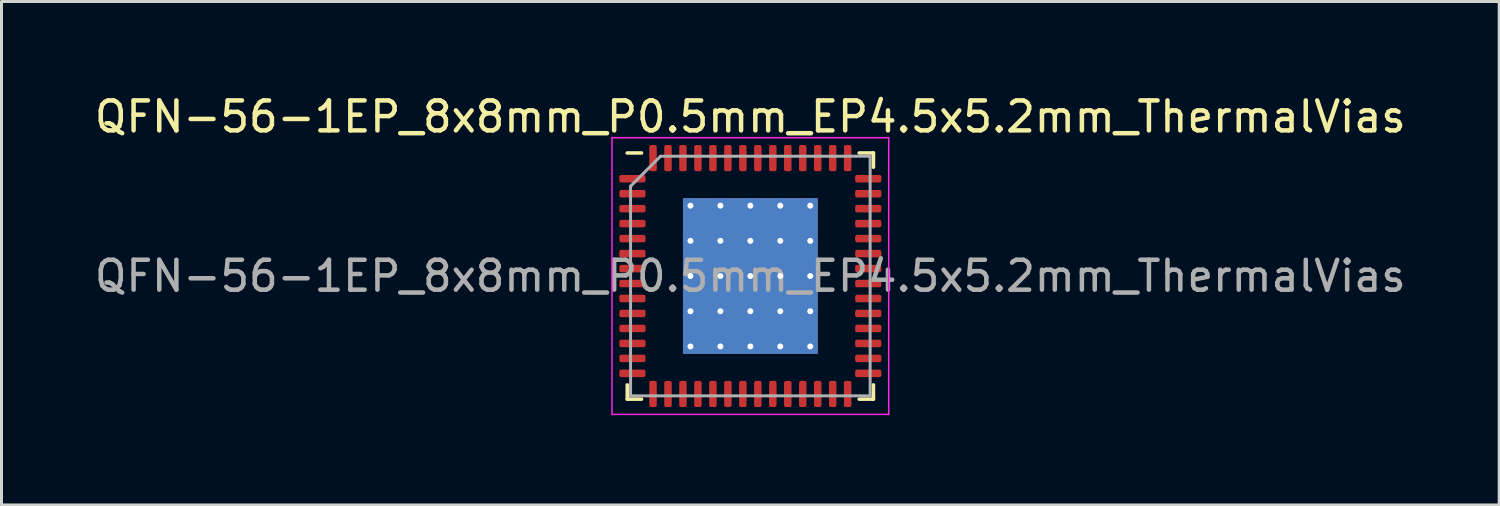
<source format=kicad_pcb>
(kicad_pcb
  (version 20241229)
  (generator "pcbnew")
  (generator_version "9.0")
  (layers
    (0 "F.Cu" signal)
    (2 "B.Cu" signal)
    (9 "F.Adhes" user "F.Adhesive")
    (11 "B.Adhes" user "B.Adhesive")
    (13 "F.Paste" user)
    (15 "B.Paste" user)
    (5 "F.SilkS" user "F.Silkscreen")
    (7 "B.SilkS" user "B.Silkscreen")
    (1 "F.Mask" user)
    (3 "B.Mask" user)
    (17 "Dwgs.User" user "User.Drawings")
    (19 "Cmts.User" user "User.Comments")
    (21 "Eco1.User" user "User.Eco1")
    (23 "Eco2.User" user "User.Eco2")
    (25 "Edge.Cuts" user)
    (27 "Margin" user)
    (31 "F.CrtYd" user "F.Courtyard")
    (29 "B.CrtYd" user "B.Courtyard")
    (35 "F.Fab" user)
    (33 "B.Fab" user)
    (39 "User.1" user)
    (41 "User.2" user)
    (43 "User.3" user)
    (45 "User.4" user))
  (footprint "QFN-56-1EP_8x8mm_P0.5mm_EP4.5x5.2mm_ThermalVias"
    (layer "F.Cu")
    (at 22.006 6.168)
    (property "Reference" "QFN-56-1EP_8x8mm_P0.5mm_EP4.5x5.2mm_ThermalVias" (at 0 -5.32 0) (layer "F.SilkS") (effects (font (size 1 1) (thickness 0.15))))
    (attr smd)
    (fp_line (start -4.11 4.11) (end -4.11 3.635) (stroke (width 0.12) (type solid)) (layer "F.SilkS"))
    (fp_line (start -3.635 -4.11) (end -4.11 -4.11) (stroke (width 0.12) (type solid)) (layer "F.SilkS"))
    (fp_line (start -3.635 4.11) (end -4.11 4.11) (stroke (width 0.12) (type solid)) (layer "F.SilkS"))
    (fp_line (start 3.635 -4.11) (end 4.11 -4.11) (stroke (width 0.12) (type solid)) (layer "F.SilkS"))
    (fp_line (start 3.635 4.11) (end 4.11 4.11) (stroke (width 0.12) (type solid)) (layer "F.SilkS"))
    (fp_line (start 4.11 -4.11) (end 4.11 -3.635) (stroke (width 0.12) (type solid)) (layer "F.SilkS"))
    (fp_line (start 4.11 4.11) (end 4.11 3.635) (stroke (width 0.12) (type solid)) (layer "F.SilkS"))
    (fp_line (start -4.62 -4.62) (end -4.62 4.62) (stroke (width 0.05) (type solid)) (layer "F.CrtYd"))
    (fp_line (start -4.62 4.62) (end 4.62 4.62) (stroke (width 0.05) (type solid)) (layer "F.CrtYd"))
    (fp_line (start 4.62 -4.62) (end -4.62 -4.62) (stroke (width 0.05) (type solid)) (layer "F.CrtYd"))
    (fp_line (start 4.62 4.62) (end 4.62 -4.62) (stroke (width 0.05) (type solid)) (layer "F.CrtYd"))
    (fp_line (start -4 -3) (end -3 -4) (stroke (width 0.1) (type solid)) (layer "F.Fab"))
    (fp_line (start -4 4) (end -4 -3) (stroke (width 0.1) (type solid)) (layer "F.Fab"))
    (fp_line (start -3 -4) (end 4 -4) (stroke (width 0.1) (type solid)) (layer "F.Fab"))
    (fp_line (start 4 -4) (end 4 4) (stroke (width 0.1) (type solid)) (layer "F.Fab"))
    (fp_line (start 4 4) (end -4 4) (stroke (width 0.1) (type solid)) (layer "F.Fab"))
    (fp_text user "${REFERENCE}" (at 0 0 0) (layer "F.Fab") (effects (font (size 1 1) (thickness 0.15))))
    (pad "" smd custom (at -1.5 -1.762) (size 0.776 0.776) (layers "F.Paste") (options (anchor circle)) (primitives (gr_poly (pts (xy 0.341 -0.33) (xy 0.341 0.33) (xy 0.262 0.408) (xy -0.262 0.408) (xy -0.341 0.33) (xy -0.341 -0.33) (xy -0.262 -0.408) (xy 0.262 -0.408)) (width 0.19) (fill yes))))
    (pad "" smd custom (at -1.5 -0.588) (size 0.776 0.776) (layers "F.Paste") (options (anchor circle)) (primitives (gr_poly (pts (xy 0.341 -0.33) (xy 0.341 0.33) (xy 0.262 0.408) (xy -0.262 0.408) (xy -0.341 0.33) (xy -0.341 -0.33) (xy -0.262 -0.408) (xy 0.262 -0.408)) (width 0.19) (fill yes))))
    (pad "" smd custom (at -1.5 0.588) (size 0.776 0.776) (layers "F.Paste") (options (anchor circle)) (primitives (gr_poly (pts (xy 0.341 -0.33) (xy 0.341 0.33) (xy 0.262 0.408) (xy -0.262 0.408) (xy -0.341 0.33) (xy -0.341 -0.33) (xy -0.262 -0.408) (xy 0.262 -0.408)) (width 0.19) (fill yes))))
    (pad "" smd custom (at -1.5 1.762) (size 0.776 0.776) (layers "F.Paste") (options (anchor circle)) (primitives (gr_poly (pts (xy 0.341 -0.33) (xy 0.341 0.33) (xy 0.262 0.408) (xy -0.262 0.408) (xy -0.341 0.33) (xy -0.341 -0.33) (xy -0.262 -0.408) (xy 0.262 -0.408)) (width 0.19) (fill yes))))
    (pad "" smd custom (at -0.5 -1.762) (size 0.776 0.776) (layers "F.Paste") (options (anchor circle)) (primitives (gr_poly (pts (xy 0.341 -0.33) (xy 0.341 0.33) (xy 0.262 0.408) (xy -0.262 0.408) (xy -0.341 0.33) (xy -0.341 -0.33) (xy -0.262 -0.408) (xy 0.262 -0.408)) (width 0.19) (fill yes))))
    (pad "" smd custom (at -0.5 -0.588) (size 0.776 0.776) (layers "F.Paste") (options (anchor circle)) (primitives (gr_poly (pts (xy 0.341 -0.33) (xy 0.341 0.33) (xy 0.262 0.408) (xy -0.262 0.408) (xy -0.341 0.33) (xy -0.341 -0.33) (xy -0.262 -0.408) (xy 0.262 -0.408)) (width 0.19) (fill yes))))
    (pad "" smd custom (at -0.5 0.588) (size 0.776 0.776) (layers "F.Paste") (options (anchor circle)) (primitives (gr_poly (pts (xy 0.341 -0.33) (xy 0.341 0.33) (xy 0.262 0.408) (xy -0.262 0.408) (xy -0.341 0.33) (xy -0.341 -0.33) (xy -0.262 -0.408) (xy 0.262 -0.408)) (width 0.19) (fill yes))))
    (pad "" smd custom (at -0.5 1.762) (size 0.776 0.776) (layers "F.Paste") (options (anchor circle)) (primitives (gr_poly (pts (xy 0.341 -0.33) (xy 0.341 0.33) (xy 0.262 0.408) (xy -0.262 0.408) (xy -0.341 0.33) (xy -0.341 -0.33) (xy -0.262 -0.408) (xy 0.262 -0.408)) (width 0.19) (fill yes))))
    (pad "" smd custom (at 0.5 -1.762) (size 0.776 0.776) (layers "F.Paste") (options (anchor circle)) (primitives (gr_poly (pts (xy 0.341 -0.33) (xy 0.341 0.33) (xy 0.262 0.408) (xy -0.262 0.408) (xy -0.341 0.33) (xy -0.341 -0.33) (xy -0.262 -0.408) (xy 0.262 -0.408)) (width 0.19) (fill yes))))
    (pad "" smd custom (at 0.5 -0.588) (size 0.776 0.776) (layers "F.Paste") (options (anchor circle)) (primitives (gr_poly (pts (xy 0.341 -0.33) (xy 0.341 0.33) (xy 0.262 0.408) (xy -0.262 0.408) (xy -0.341 0.33) (xy -0.341 -0.33) (xy -0.262 -0.408) (xy 0.262 -0.408)) (width 0.19) (fill yes))))
    (pad "" smd custom (at 0.5 0.588) (size 0.776 0.776) (layers "F.Paste") (options (anchor circle)) (primitives (gr_poly (pts (xy 0.341 -0.33) (xy 0.341 0.33) (xy 0.262 0.408) (xy -0.262 0.408) (xy -0.341 0.33) (xy -0.341 -0.33) (xy -0.262 -0.408) (xy 0.262 -0.408)) (width 0.19) (fill yes))))
    (pad "" smd custom (at 0.5 1.762) (size 0.776 0.776) (layers "F.Paste") (options (anchor circle)) (primitives (gr_poly (pts (xy 0.341 -0.33) (xy 0.341 0.33) (xy 0.262 0.408) (xy -0.262 0.408) (xy -0.341 0.33) (xy -0.341 -0.33) (xy -0.262 -0.408) (xy 0.262 -0.408)) (width 0.19) (fill yes))))
    (pad "" smd custom (at 1.5 -1.762) (size 0.776 0.776) (layers "F.Paste") (options (anchor circle)) (primitives (gr_poly (pts (xy 0.341 -0.33) (xy 0.341 0.33) (xy 0.262 0.408) (xy -0.262 0.408) (xy -0.341 0.33) (xy -0.341 -0.33) (xy -0.262 -0.408) (xy 0.262 -0.408)) (width 0.19) (fill yes))))
    (pad "" smd custom (at 1.5 -0.588) (size 0.776 0.776) (layers "F.Paste") (options (anchor circle)) (primitives (gr_poly (pts (xy 0.341 -0.33) (xy 0.341 0.33) (xy 0.262 0.408) (xy -0.262 0.408) (xy -0.341 0.33) (xy -0.341 -0.33) (xy -0.262 -0.408) (xy 0.262 -0.408)) (width 0.19) (fill yes))))
    (pad "" smd custom (at 1.5 0.588) (size 0.776 0.776) (layers "F.Paste") (options (anchor circle)) (primitives (gr_poly (pts (xy 0.341 -0.33) (xy 0.341 0.33) (xy 0.262 0.408) (xy -0.262 0.408) (xy -0.341 0.33) (xy -0.341 -0.33) (xy -0.262 -0.408) (xy 0.262 -0.408)) (width 0.19) (fill yes))))
    (pad "" smd custom (at 1.5 1.762) (size 0.776 0.776) (layers "F.Paste") (options (anchor circle)) (primitives (gr_poly (pts (xy 0.341 -0.33) (xy 0.341 0.33) (xy 0.262 0.408) (xy -0.262 0.408) (xy -0.341 0.33) (xy -0.341 -0.33) (xy -0.262 -0.408) (xy 0.262 -0.408)) (width 0.19) (fill yes))))
    (pad "1" smd roundrect (at -3.938 -3.25) (size 0.875 0.25) (layers "F.Cu" "F.Mask" "F.Paste") (roundrect_rratio 0.25))
    (pad "2" smd roundrect (at -3.938 -2.75) (size 0.875 0.25) (layers "F.Cu" "F.Mask" "F.Paste") (roundrect_rratio 0.25))
    (pad "3" smd roundrect (at -3.938 -2.25) (size 0.875 0.25) (layers "F.Cu" "F.Mask" "F.Paste") (roundrect_rratio 0.25))
    (pad "4" smd roundrect (at -3.938 -1.75) (size 0.875 0.25) (layers "F.Cu" "F.Mask" "F.Paste") (roundrect_rratio 0.25))
    (pad "5" smd roundrect (at -3.938 -1.25) (size 0.875 0.25) (layers "F.Cu" "F.Mask" "F.Paste") (roundrect_rratio 0.25))
    (pad "6" smd roundrect (at -3.938 -0.75) (size 0.875 0.25) (layers "F.Cu" "F.Mask" "F.Paste") (roundrect_rratio 0.25))
    (pad "7" smd roundrect (at -3.938 -0.25) (size 0.875 0.25) (layers "F.Cu" "F.Mask" "F.Paste") (roundrect_rratio 0.25))
    (pad "8" smd roundrect (at -3.938 0.25) (size 0.875 0.25) (layers "F.Cu" "F.Mask" "F.Paste") (roundrect_rratio 0.25))
    (pad "9" smd roundrect (at -3.938 0.75) (size 0.875 0.25) (layers "F.Cu" "F.Mask" "F.Paste") (roundrect_rratio 0.25))
    (pad "10" smd roundrect (at -3.938 1.25) (size 0.875 0.25) (layers "F.Cu" "F.Mask" "F.Paste") (roundrect_rratio 0.25))
    (pad "11" smd roundrect (at -3.938 1.75) (size 0.875 0.25) (layers "F.Cu" "F.Mask" "F.Paste") (roundrect_rratio 0.25))
    (pad "12" smd roundrect (at -3.938 2.25) (size 0.875 0.25) (layers "F.Cu" "F.Mask" "F.Paste") (roundrect_rratio 0.25))
    (pad "13" smd roundrect (at -3.938 2.75) (size 0.875 0.25) (layers "F.Cu" "F.Mask" "F.Paste") (roundrect_rratio 0.25))
    (pad "14" smd roundrect (at -3.938 3.25) (size 0.875 0.25) (layers "F.Cu" "F.Mask" "F.Paste") (roundrect_rratio 0.25))
    (pad "15" smd roundrect (at -3.25 3.938) (size 0.25 0.875) (layers "F.Cu" "F.Mask" "F.Paste") (roundrect_rratio 0.25))
    (pad "16" smd roundrect (at -2.75 3.938) (size 0.25 0.875) (layers "F.Cu" "F.Mask" "F.Paste") (roundrect_rratio 0.25))
    (pad "17" smd roundrect (at -2.25 3.938) (size 0.25 0.875) (layers "F.Cu" "F.Mask" "F.Paste") (roundrect_rratio 0.25))
    (pad "18" smd roundrect (at -1.75 3.938) (size 0.25 0.875) (layers "F.Cu" "F.Mask" "F.Paste") (roundrect_rratio 0.25))
    (pad "19" smd roundrect (at -1.25 3.938) (size 0.25 0.875) (layers "F.Cu" "F.Mask" "F.Paste") (roundrect_rratio 0.25))
    (pad "20" smd roundrect (at -0.75 3.938) (size 0.25 0.875) (layers "F.Cu" "F.Mask" "F.Paste") (roundrect_rratio 0.25))
    (pad "21" smd roundrect (at -0.25 3.938) (size 0.25 0.875) (layers "F.Cu" "F.Mask" "F.Paste") (roundrect_rratio 0.25))
    (pad "22" smd roundrect (at 0.25 3.938) (size 0.25 0.875) (layers "F.Cu" "F.Mask" "F.Paste") (roundrect_rratio 0.25))
    (pad "23" smd roundrect (at 0.75 3.938) (size 0.25 0.875) (layers "F.Cu" "F.Mask" "F.Paste") (roundrect_rratio 0.25))
    (pad "24" smd roundrect (at 1.25 3.938) (size 0.25 0.875) (layers "F.Cu" "F.Mask" "F.Paste") (roundrect_rratio 0.25))
    (pad "25" smd roundrect (at 1.75 3.938) (size 0.25 0.875) (layers "F.Cu" "F.Mask" "F.Paste") (roundrect_rratio 0.25))
    (pad "26" smd roundrect (at 2.25 3.938) (size 0.25 0.875) (layers "F.Cu" "F.Mask" "F.Paste") (roundrect_rratio 0.25))
    (pad "27" smd roundrect (at 2.75 3.938) (size 0.25 0.875) (layers "F.Cu" "F.Mask" "F.Paste") (roundrect_rratio 0.25))
    (pad "28" smd roundrect (at 3.25 3.938) (size 0.25 0.875) (layers "F.Cu" "F.Mask" "F.Paste") (roundrect_rratio 0.25))
    (pad "29" smd roundrect (at 3.938 3.25) (size 0.875 0.25) (layers "F.Cu" "F.Mask" "F.Paste") (roundrect_rratio 0.25))
    (pad "30" smd roundrect (at 3.938 2.75) (size 0.875 0.25) (layers "F.Cu" "F.Mask" "F.Paste") (roundrect_rratio 0.25))
    (pad "31" smd roundrect (at 3.938 2.25) (size 0.875 0.25) (layers "F.Cu" "F.Mask" "F.Paste") (roundrect_rratio 0.25))
    (pad "32" smd roundrect (at 3.938 1.75) (size 0.875 0.25) (layers "F.Cu" "F.Mask" "F.Paste") (roundrect_rratio 0.25))
    (pad "33" smd roundrect (at 3.938 1.25) (size 0.875 0.25) (layers "F.Cu" "F.Mask" "F.Paste") (roundrect_rratio 0.25))
    (pad "34" smd roundrect (at 3.938 0.75) (size 0.875 0.25) (layers "F.Cu" "F.Mask" "F.Paste") (roundrect_rratio 0.25))
    (pad "35" smd roundrect (at 3.938 0.25) (size 0.875 0.25) (layers "F.Cu" "F.Mask" "F.Paste") (roundrect_rratio 0.25))
    (pad "36" smd roundrect (at 3.938 -0.25) (size 0.875 0.25) (layers "F.Cu" "F.Mask" "F.Paste") (roundrect_rratio 0.25))
    (pad "37" smd roundrect (at 3.938 -0.75) (size 0.875 0.25) (layers "F.Cu" "F.Mask" "F.Paste") (roundrect_rratio 0.25))
    (pad "38" smd roundrect (at 3.938 -1.25) (size 0.875 0.25) (layers "F.Cu" "F.Mask" "F.Paste") (roundrect_rratio 0.25))
    (pad "39" smd roundrect (at 3.938 -1.75) (size 0.875 0.25) (layers "F.Cu" "F.Mask" "F.Paste") (roundrect_rratio 0.25))
    (pad "40" smd roundrect (at 3.938 -2.25) (size 0.875 0.25) (layers "F.Cu" "F.Mask" "F.Paste") (roundrect_rratio 0.25))
    (pad "41" smd roundrect (at 3.938 -2.75) (size 0.875 0.25) (layers "F.Cu" "F.Mask" "F.Paste") (roundrect_rratio 0.25))
    (pad "42" smd roundrect (at 3.938 -3.25) (size 0.875 0.25) (layers "F.Cu" "F.Mask" "F.Paste") (roundrect_rratio 0.25))
    (pad "43" smd roundrect (at 3.25 -3.938) (size 0.25 0.875) (layers "F.Cu" "F.Mask" "F.Paste") (roundrect_rratio 0.25))
    (pad "44" smd roundrect (at 2.75 -3.938) (size 0.25 0.875) (layers "F.Cu" "F.Mask" "F.Paste") (roundrect_rratio 0.25))
    (pad "45" smd roundrect (at 2.25 -3.938) (size 0.25 0.875) (layers "F.Cu" "F.Mask" "F.Paste") (roundrect_rratio 0.25))
    (pad "46" smd roundrect (at 1.75 -3.938) (size 0.25 0.875) (layers "F.Cu" "F.Mask" "F.Paste") (roundrect_rratio 0.25))
    (pad "47" smd roundrect (at 1.25 -3.938) (size 0.25 0.875) (layers "F.Cu" "F.Mask" "F.Paste") (roundrect_rratio 0.25))
    (pad "48" smd roundrect (at 0.75 -3.938) (size 0.25 0.875) (layers "F.Cu" "F.Mask" "F.Paste") (roundrect_rratio 0.25))
    (pad "49" smd roundrect (at 0.25 -3.938) (size 0.25 0.875) (layers "F.Cu" "F.Mask" "F.Paste") (roundrect_rratio 0.25))
    (pad "50" smd roundrect (at -0.25 -3.938) (size 0.25 0.875) (layers "F.Cu" "F.Mask" "F.Paste") (roundrect_rratio 0.25))
    (pad "51" smd roundrect (at -0.75 -3.938) (size 0.25 0.875) (layers "F.Cu" "F.Mask" "F.Paste") (roundrect_rratio 0.25))
    (pad "52" smd roundrect (at -1.25 -3.938) (size 0.25 0.875) (layers "F.Cu" "F.Mask" "F.Paste") (roundrect_rratio 0.25))
    (pad "53" smd roundrect (at -1.75 -3.938) (size 0.25 0.875) (layers "F.Cu" "F.Mask" "F.Paste") (roundrect_rratio 0.25))
    (pad "54" smd roundrect (at -2.25 -3.938) (size 0.25 0.875) (layers "F.Cu" "F.Mask" "F.Paste") (roundrect_rratio 0.25))
    (pad "55" smd roundrect (at -2.75 -3.938) (size 0.25 0.875) (layers "F.Cu" "F.Mask" "F.Paste") (roundrect_rratio 0.25))
    (pad "56" smd roundrect (at -3.25 -3.938) (size 0.25 0.875) (layers "F.Cu" "F.Mask" "F.Paste") (roundrect_rratio 0.25))
    (pad "57" thru_hole circle (at -2 -2.35) (size 0.5 0.5) (drill 0.2) (layers "*.Cu"))
    (pad "57" thru_hole circle (at -2 -1.175) (size 0.5 0.5) (drill 0.2) (layers "*.Cu"))
    (pad "57" thru_hole circle (at -2 0) (size 0.5 0.5) (drill 0.2) (layers "*.Cu"))
    (pad "57" thru_hole circle (at -2 1.175) (size 0.5 0.5) (drill 0.2) (layers "*.Cu"))
    (pad "57" thru_hole circle (at -2 2.35) (size 0.5 0.5) (drill 0.2) (layers "*.Cu"))
    (pad "57" thru_hole circle (at -1 -2.35) (size 0.5 0.5) (drill 0.2) (layers "*.Cu"))
    (pad "57" thru_hole circle (at -1 -1.175) (size 0.5 0.5) (drill 0.2) (layers "*.Cu"))
    (pad "57" thru_hole circle (at -1 0) (size 0.5 0.5) (drill 0.2) (layers "*.Cu"))
    (pad "57" thru_hole circle (at -1 1.175) (size 0.5 0.5) (drill 0.2) (layers "*.Cu"))
    (pad "57" thru_hole circle (at -1 2.35) (size 0.5 0.5) (drill 0.2) (layers "*.Cu"))
    (pad "57" thru_hole circle (at 0 -2.35) (size 0.5 0.5) (drill 0.2) (layers "*.Cu"))
    (pad "57" thru_hole circle (at 0 -1.175) (size 0.5 0.5) (drill 0.2) (layers "*.Cu"))
    (pad "57" thru_hole circle (at 0 0) (size 0.5 0.5) (drill 0.2) (layers "*.Cu"))
    (pad "57" smd rect (at 0 0) (size 4.5 5.2) (layers "F.Cu" "F.Mask"))
    (pad "57" smd rect (at 0 0) (size 4.5 5.2) (layers "B.Cu"))
    (pad "57" thru_hole circle (at 0 1.175) (size 0.5 0.5) (drill 0.2) (layers "*.Cu"))
    (pad "57" thru_hole circle (at 0 2.35) (size 0.5 0.5) (drill 0.2) (layers "*.Cu"))
    (pad "57" thru_hole circle (at 1 -2.35) (size 0.5 0.5) (drill 0.2) (layers "*.Cu"))
    (pad "57" thru_hole circle (at 1 -1.175) (size 0.5 0.5) (drill 0.2) (layers "*.Cu"))
    (pad "57" thru_hole circle (at 1 0) (size 0.5 0.5) (drill 0.2) (layers "*.Cu"))
    (pad "57" thru_hole circle (at 1 1.175) (size 0.5 0.5) (drill 0.2) (layers "*.Cu"))
    (pad "57" thru_hole circle (at 1 2.35) (size 0.5 0.5) (drill 0.2) (layers "*.Cu"))
    (pad "57" thru_hole circle (at 2 -2.35) (size 0.5 0.5) (drill 0.2) (layers "*.Cu"))
    (pad "57" thru_hole circle (at 2 -1.175) (size 0.5 0.5) (drill 0.2) (layers "*.Cu"))
    (pad "57" thru_hole circle (at 2 0) (size 0.5 0.5) (drill 0.2) (layers "*.Cu"))
    (pad "57" thru_hole circle (at 2 1.175) (size 0.5 0.5) (drill 0.2) (layers "*.Cu"))
    (pad "57" thru_hole circle (at 2 2.35) (size 0.5 0.5) (drill 0.2) (layers "*.Cu")))
  (gr_rect
    (start -3 -3)
    (end 47.012 13.813)
    (stroke (width 0.1) (type default))
    (fill no)
    (layer "Edge.Cuts")))
</source>
